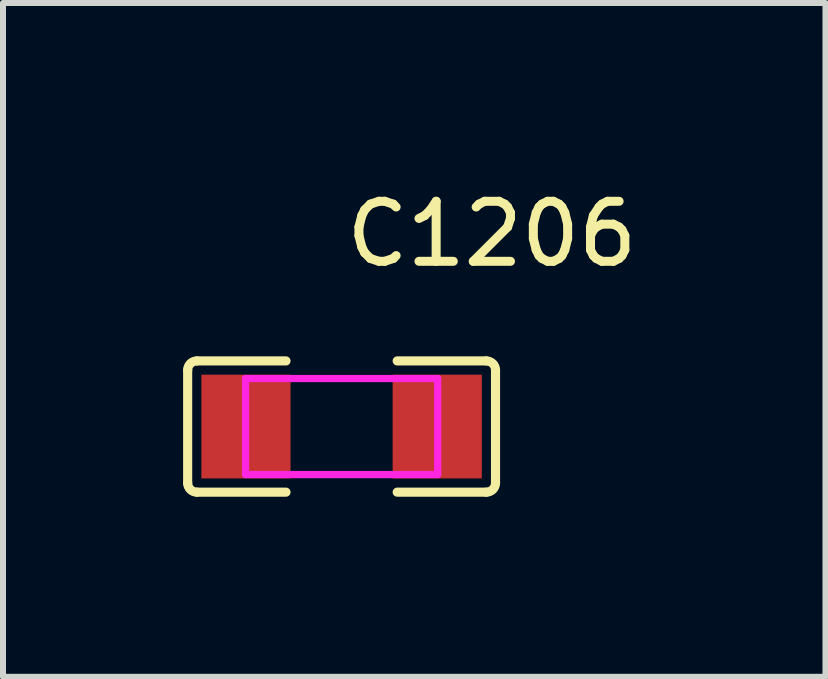
<source format=kicad_pcb>
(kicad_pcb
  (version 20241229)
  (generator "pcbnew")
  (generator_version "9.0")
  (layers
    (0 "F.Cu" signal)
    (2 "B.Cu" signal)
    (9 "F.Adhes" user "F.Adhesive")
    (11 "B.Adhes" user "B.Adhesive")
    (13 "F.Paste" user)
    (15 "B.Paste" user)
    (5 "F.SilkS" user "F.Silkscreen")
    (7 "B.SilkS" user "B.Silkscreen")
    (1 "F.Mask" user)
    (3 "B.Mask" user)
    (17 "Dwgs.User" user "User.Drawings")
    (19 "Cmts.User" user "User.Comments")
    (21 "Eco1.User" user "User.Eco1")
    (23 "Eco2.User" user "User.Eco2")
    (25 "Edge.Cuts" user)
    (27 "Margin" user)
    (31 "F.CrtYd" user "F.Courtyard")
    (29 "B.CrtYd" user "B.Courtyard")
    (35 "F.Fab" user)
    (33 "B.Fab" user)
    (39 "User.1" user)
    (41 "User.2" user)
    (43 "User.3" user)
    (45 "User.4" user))
  (footprint "C1206"
    (layer "F.Cu")
    (at 2.64 4.055)
    (property "Reference" "C1206" (at 0 -3.207 0) (layer "F.SilkS") (effects (font (size 1 1) (thickness 0.15)) (justify left)))
    (attr through_hole)
    (fp_line (start -2.564 0.94) (end -2.564 -0.94) (stroke (width 0.152) (type solid)) (layer "F.SilkS"))
    (fp_line (start -2.411 -1.093) (end -0.926 -1.093) (stroke (width 0.152) (type solid)) (layer "F.SilkS"))
    (fp_line (start -0.926 1.093) (end -2.411 1.093) (stroke (width 0.152) (type solid)) (layer "F.SilkS"))
    (fp_line (start 0.926 1.093) (end 2.411 1.093) (stroke (width 0.152) (type solid)) (layer "F.SilkS"))
    (fp_line (start 2.411 -1.093) (end 0.926 -1.093) (stroke (width 0.152) (type solid)) (layer "F.SilkS"))
    (fp_line (start 2.564 0.94) (end 2.564 -0.94) (stroke (width 0.152) (type solid)) (layer "F.SilkS"))
    (fp_arc (start -2.564 -0.94) (mid -2.519187 -1.048187) (end -2.411 -1.093) (stroke (width 0.152) (type solid)) (layer "F.SilkS"))
    (fp_arc (start -2.411 1.093) (mid -2.519187 1.048187) (end -2.564 0.94) (stroke (width 0.152) (type solid)) (layer "F.SilkS"))
    (fp_arc (start 2.411 -1.093) (mid 2.519187 -1.048187) (end 2.564 -0.94) (stroke (width 0.152) (type solid)) (layer "F.SilkS"))
    (fp_arc (start 2.564 0.94) (mid 2.519187 1.048187) (end 2.411 1.093) (stroke (width 0.152) (type solid)) (layer "F.SilkS"))
    (fp_poly (pts (xy -0.85 0.764) (xy -0.85 0.394) (xy -0.95 0.294) (xy -1.255 0.294) (xy -1.355 0.194) (xy -1.355 -0.194) (xy -1.255 -0.294) (xy -0.95 -0.294) (xy -0.85 -0.394) (xy -0.85 -0.764) (xy -0.95 -0.864) (xy -2.235 -0.864) (xy -2.335 -0.764) (xy -2.335 0.764) (xy -2.235 0.864) (xy -0.95 0.864)) (stroke (width 0.12) (type solid)) (fill yes) (layer "F.Paste"))
    (fp_poly (pts (xy 0.85 0.764) (xy 0.85 0.394) (xy 0.95 0.294) (xy 1.255 0.294) (xy 1.355 0.194) (xy 1.355 -0.194) (xy 1.255 -0.294) (xy 0.95 -0.294) (xy 0.85 -0.394) (xy 0.85 -0.764) (xy 0.95 -0.864) (xy 2.235 -0.864) (xy 2.335 -0.764) (xy 2.335 0.764) (xy 2.235 0.864) (xy 0.95 0.864)) (stroke (width 0.12) (type solid)) (fill yes) (layer "F.Paste"))
    (fp_circle (center -1.6 0.8) (end -1.57 0.8) (stroke (width 0.06) (type solid)) (fill no) (layer "Eco2.User"))
    (fp_poly (pts (xy -1.6 0.8) (xy -1.6 -0.8) (xy -1.1 -0.8) (xy -1.1 0.8)) (stroke (width 0.12) (type solid)) (fill no) (layer "Eco2.User"))
    (fp_poly (pts (xy 1.6 0.8) (xy 1.6 -0.8) (xy 1.1 -0.8) (xy 1.1 0.8)) (stroke (width 0.12) (type solid)) (fill no) (layer "Eco2.User"))
    (fp_line (start -1.6 -0.8) (end 1.6 -0.8) (stroke (width 0.12) (type solid)) (layer "F.CrtYd"))
    (fp_line (start -1.6 0.8) (end -1.6 -0.8) (stroke (width 0.12) (type solid)) (layer "F.CrtYd"))
    (fp_line (start 1.6 -0.8) (end 1.6 0.8) (stroke (width 0.12) (type solid)) (layer "F.CrtYd"))
    (fp_line (start 1.6 0.8) (end -1.6 0.8) (stroke (width 0.12) (type solid)) (layer "F.CrtYd"))
    (pad "1" smd rect (at -1.593 0) (size 1.485 1.728) (layers "F.Cu" "F.Mask" "F.Paste"))
    (pad "2" smd rect (at 1.593 0) (size 1.485 1.728) (layers "F.Cu" "F.Mask" "F.Paste")))
  (gr_rect
    (start -3 -3)
    (end 10.7 8.224)
    (stroke (width 0.1) (type default))
    (fill no)
    (layer "Edge.Cuts")))
</source>
